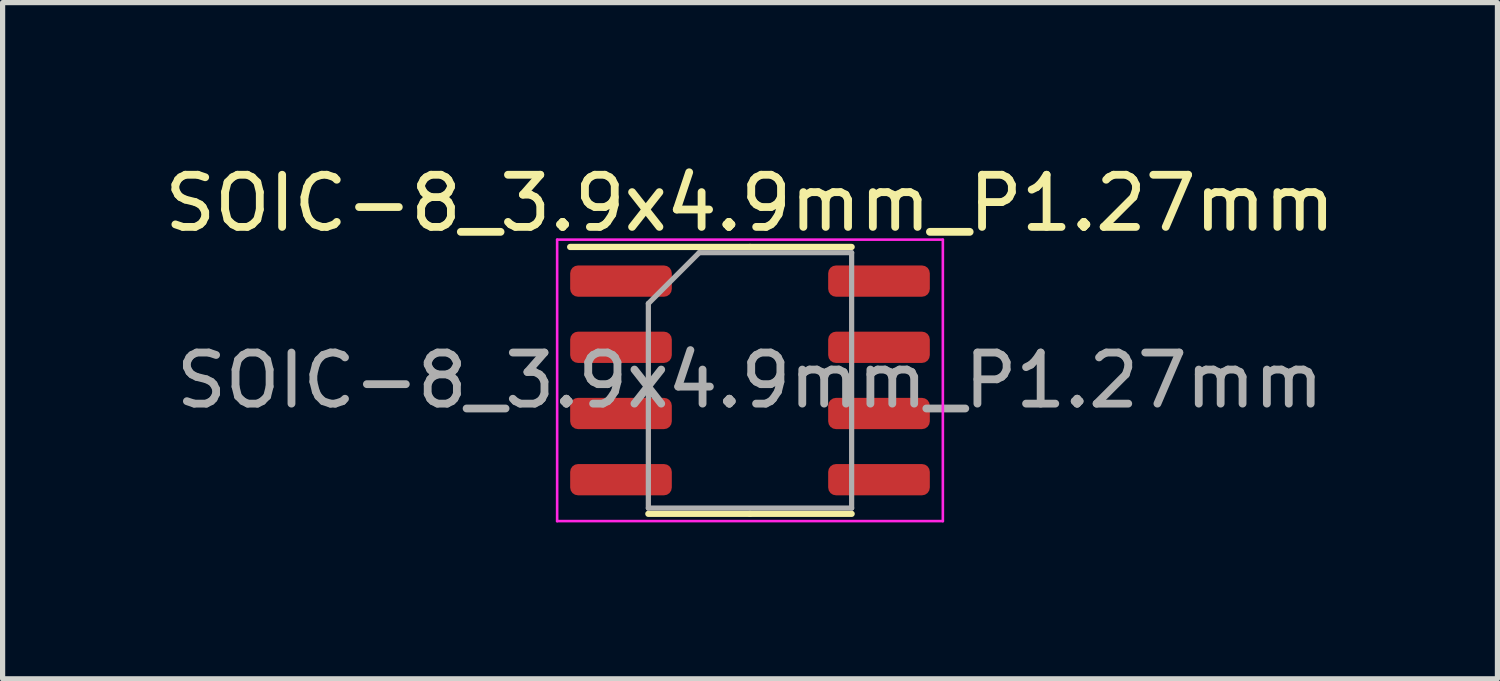
<source format=kicad_pcb>
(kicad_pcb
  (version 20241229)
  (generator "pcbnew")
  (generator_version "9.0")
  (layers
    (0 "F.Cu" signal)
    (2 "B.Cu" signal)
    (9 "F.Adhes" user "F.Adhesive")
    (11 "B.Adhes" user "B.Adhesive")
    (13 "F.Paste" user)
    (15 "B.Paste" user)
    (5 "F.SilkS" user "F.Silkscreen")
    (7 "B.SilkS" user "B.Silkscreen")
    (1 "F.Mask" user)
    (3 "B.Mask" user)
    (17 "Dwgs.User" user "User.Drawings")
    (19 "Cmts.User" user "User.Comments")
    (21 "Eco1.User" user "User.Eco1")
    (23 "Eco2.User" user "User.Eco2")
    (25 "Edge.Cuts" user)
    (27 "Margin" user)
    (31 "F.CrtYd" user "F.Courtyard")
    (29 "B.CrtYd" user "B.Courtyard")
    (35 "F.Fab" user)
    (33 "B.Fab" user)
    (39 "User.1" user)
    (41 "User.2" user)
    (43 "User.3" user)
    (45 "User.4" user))
  (footprint "SOIC-8_3.9x4.9mm_P1.27mm"
    (layer "F.Cu")
    (at 11.339 4.248)
    (property "Reference" "SOIC-8_3.9x4.9mm_P1.27mm" (at 0 -3.4 0) (layer "F.SilkS") (effects (font (size 1 1) (thickness 0.15))))
    (attr smd)
    (fp_line (start 0 -2.56) (end -3.45 -2.56) (stroke (width 0.12) (type solid)) (layer "F.SilkS"))
    (fp_line (start 0 -2.56) (end 1.95 -2.56) (stroke (width 0.12) (type solid)) (layer "F.SilkS"))
    (fp_line (start 0 2.56) (end -1.95 2.56) (stroke (width 0.12) (type solid)) (layer "F.SilkS"))
    (fp_line (start 0 2.56) (end 1.95 2.56) (stroke (width 0.12) (type solid)) (layer "F.SilkS"))
    (fp_line (start -3.7 -2.7) (end -3.7 2.7) (stroke (width 0.05) (type solid)) (layer "F.CrtYd"))
    (fp_line (start -3.7 2.7) (end 3.7 2.7) (stroke (width 0.05) (type solid)) (layer "F.CrtYd"))
    (fp_line (start 3.7 -2.7) (end -3.7 -2.7) (stroke (width 0.05) (type solid)) (layer "F.CrtYd"))
    (fp_line (start 3.7 2.7) (end 3.7 -2.7) (stroke (width 0.05) (type solid)) (layer "F.CrtYd"))
    (fp_line (start -1.95 -1.475) (end -0.975 -2.45) (stroke (width 0.1) (type solid)) (layer "F.Fab"))
    (fp_line (start -1.95 2.45) (end -1.95 -1.475) (stroke (width 0.1) (type solid)) (layer "F.Fab"))
    (fp_line (start -0.975 -2.45) (end 1.95 -2.45) (stroke (width 0.1) (type solid)) (layer "F.Fab"))
    (fp_line (start 1.95 -2.45) (end 1.95 2.45) (stroke (width 0.1) (type solid)) (layer "F.Fab"))
    (fp_line (start 1.95 2.45) (end -1.95 2.45) (stroke (width 0.1) (type solid)) (layer "F.Fab"))
    (fp_text user "${REFERENCE}" (at 0 0 0) (layer "F.Fab") (effects (font (size 0.98 0.98) (thickness 0.15))))
    (pad "1" smd roundrect (at -2.475 -1.905 180) (size 1.95 0.6) (layers "F.Cu" "F.Mask" "F.Paste") (roundrect_rratio 0.25))
    (pad "2" smd roundrect (at -2.475 -0.635 180) (size 1.95 0.6) (layers "F.Cu" "F.Mask" "F.Paste") (roundrect_rratio 0.25))
    (pad "3" smd roundrect (at -2.475 0.635 180) (size 1.95 0.6) (layers "F.Cu" "F.Mask" "F.Paste") (roundrect_rratio 0.25))
    (pad "4" smd roundrect (at -2.475 1.905 180) (size 1.95 0.6) (layers "F.Cu" "F.Mask" "F.Paste") (roundrect_rratio 0.25))
    (pad "5" smd roundrect (at 2.475 1.905 180) (size 1.95 0.6) (layers "F.Cu" "F.Mask" "F.Paste") (roundrect_rratio 0.25))
    (pad "6" smd roundrect (at 2.475 0.635 180) (size 1.95 0.6) (layers "F.Cu" "F.Mask" "F.Paste") (roundrect_rratio 0.25))
    (pad "7" smd roundrect (at 2.475 -0.635 180) (size 1.95 0.6) (layers "F.Cu" "F.Mask" "F.Paste") (roundrect_rratio 0.25))
    (pad "8" smd roundrect (at 2.475 -1.905 180) (size 1.95 0.6) (layers "F.Cu" "F.Mask" "F.Paste") (roundrect_rratio 0.25)))
  (gr_rect
    (start -3 -3)
    (end 25.679 9.973)
    (stroke (width 0.1) (type default))
    (fill no)
    (layer "Edge.Cuts")))
</source>
